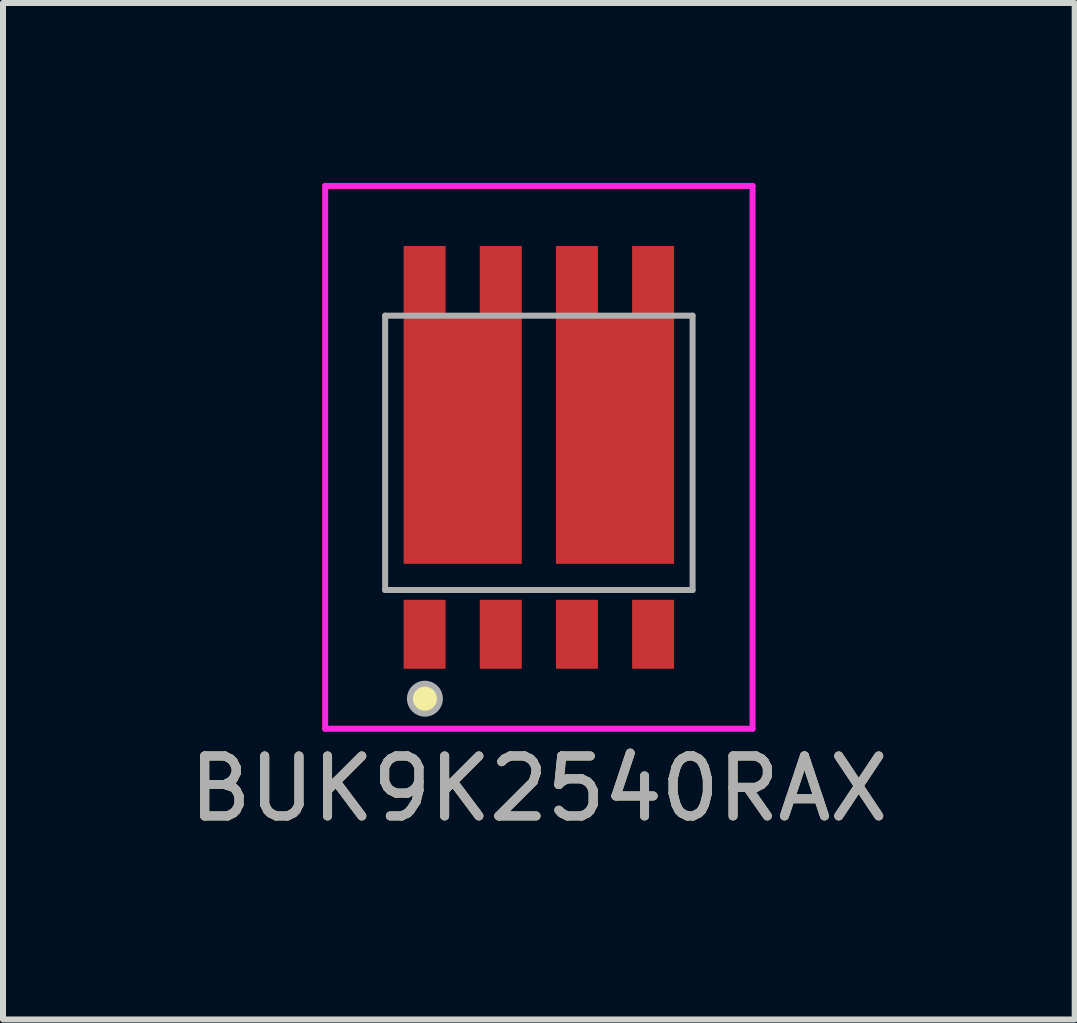
<source format=kicad_pcb>
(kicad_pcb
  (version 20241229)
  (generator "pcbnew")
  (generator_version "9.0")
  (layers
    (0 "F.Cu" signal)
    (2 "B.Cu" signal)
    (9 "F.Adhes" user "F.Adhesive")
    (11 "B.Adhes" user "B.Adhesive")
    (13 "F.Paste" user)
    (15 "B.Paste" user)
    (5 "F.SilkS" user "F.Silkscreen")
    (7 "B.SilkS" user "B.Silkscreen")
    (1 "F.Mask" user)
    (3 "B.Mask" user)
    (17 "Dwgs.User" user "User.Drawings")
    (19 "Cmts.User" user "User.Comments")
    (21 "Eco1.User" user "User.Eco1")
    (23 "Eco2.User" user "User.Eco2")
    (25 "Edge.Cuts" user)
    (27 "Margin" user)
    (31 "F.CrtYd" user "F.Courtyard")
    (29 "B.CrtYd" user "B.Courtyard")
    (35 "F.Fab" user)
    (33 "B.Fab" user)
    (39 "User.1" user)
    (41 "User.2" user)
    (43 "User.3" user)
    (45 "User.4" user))
  (footprint "BUK9K2540RAX"
    (layer "F.Cu")
    (at 5.935 4.5)
    (property "Reference" "BUK9K2540RAX" (at 0 5.6 0) (layer "F.SilkS") (effects (font (size 1 1) (thickness 0.15))))
    (attr smd)
    (fp_circle (center -1.9 4.1) (end -1.65 4.1) (stroke (width 0) (type solid)) (fill yes) (layer "F.SilkS"))
    (fp_rect (start -2.255 -2.249) (end -1.555 -1.549) (stroke (width 0) (type solid)) (fill yes) (layer "F.Paste"))
    (fp_rect (start -1.85 -1.2) (end -0.75 -0.2) (stroke (width 0) (type solid)) (fill yes) (layer "F.Paste"))
    (fp_rect (start -1.85 0.6) (end -0.75 1.6) (stroke (width 0) (type solid)) (fill yes) (layer "F.Paste"))
    (fp_rect (start -0.985 -2.249) (end -0.285 -1.549) (stroke (width 0) (type solid)) (fill yes) (layer "F.Paste"))
    (fp_rect (start 0.284 -2.249) (end 0.984 -1.549) (stroke (width 0) (type solid)) (fill yes) (layer "F.Paste"))
    (fp_rect (start 0.75 -1.2) (end 1.85 -0.2) (stroke (width 0) (type solid)) (fill yes) (layer "F.Paste"))
    (fp_rect (start 0.75 0.6) (end 1.85 1.6) (stroke (width 0) (type solid)) (fill yes) (layer "F.Paste"))
    (fp_rect (start 1.554 -2.249) (end 2.254 -1.549) (stroke (width 0) (type solid)) (fill yes) (layer "F.Paste"))
    (fp_line (start -3.563 -4.45) (end 3.563 -4.45) (stroke (width 0.1) (type solid)) (layer "F.CrtYd"))
    (fp_line (start -3.563 4.601) (end -3.563 -4.45) (stroke (width 0.1) (type solid)) (layer "F.CrtYd"))
    (fp_line (start 3.563 -4.45) (end 3.563 4.601) (stroke (width 0.1) (type solid)) (layer "F.CrtYd"))
    (fp_line (start 3.563 4.601) (end -3.563 4.601) (stroke (width 0.1) (type solid)) (layer "F.CrtYd"))
    (fp_line (start -2.563 -2.287) (end 2.563 -2.287) (stroke (width 0.1) (type solid)) (layer "F.Fab"))
    (fp_line (start -2.563 2.288) (end -2.563 -2.287) (stroke (width 0.1) (type solid)) (layer "F.Fab"))
    (fp_line (start 2.563 -2.287) (end 2.563 2.288) (stroke (width 0.1) (type solid)) (layer "F.Fab"))
    (fp_line (start 2.563 2.288) (end -2.563 2.288) (stroke (width 0.1) (type solid)) (layer "F.Fab"))
    (fp_circle (center -1.9 4.1) (end -1.65 4.1) (stroke (width 0.1) (type solid)) (fill no) (layer "F.Fab"))
    (fp_text user "${REFERENCE}" (at 0 5.6 0) (layer "F.Fab") (effects (font (size 1 1) (thickness 0.15))))
    (pad "1" smd rect (at -1.905 3.026) (size 0.7 1.15) (layers "F.Cu" "F.Mask" "F.Paste"))
    (pad "2" smd rect (at -0.635 3.026) (size 0.7 1.15) (layers "F.Cu" "F.Mask" "F.Paste"))
    (pad "3" smd rect (at 0.635 3.026) (size 0.7 1.15) (layers "F.Cu" "F.Mask" "F.Paste"))
    (pad "4" smd rect (at 1.905 3.026) (size 0.7 1.15) (layers "F.Cu" "F.Mask" "F.Paste"))
    (pad "5" smd rect (at -1.905 -2.849) (size 0.7 1.2) (layers "F.Cu" "F.Mask" "F.Paste"))
    (pad "5" smd rect (at -1.27 -0.199) (size 1.97 4.1) (layers "F.Cu" "F.Mask"))
    (pad "5" smd rect (at -0.635 -2.849) (size 0.7 1.2) (layers "F.Cu" "F.Mask" "F.Paste"))
    (pad "6" smd rect (at 0.635 -2.849) (size 0.7 1.2) (layers "F.Cu" "F.Mask" "F.Paste"))
    (pad "6" smd rect (at 1.27 -0.199) (size 1.97 4.1) (layers "F.Cu" "F.Mask"))
    (pad "6" smd rect (at 1.905 -2.849) (size 0.7 1.2) (layers "F.Cu" "F.Mask" "F.Paste")))
  (gr_rect
    (start -3 -3)
    (end 14.869 13.948)
    (stroke (width 0.1) (type default))
    (fill no)
    (layer "Edge.Cuts")))
</source>
